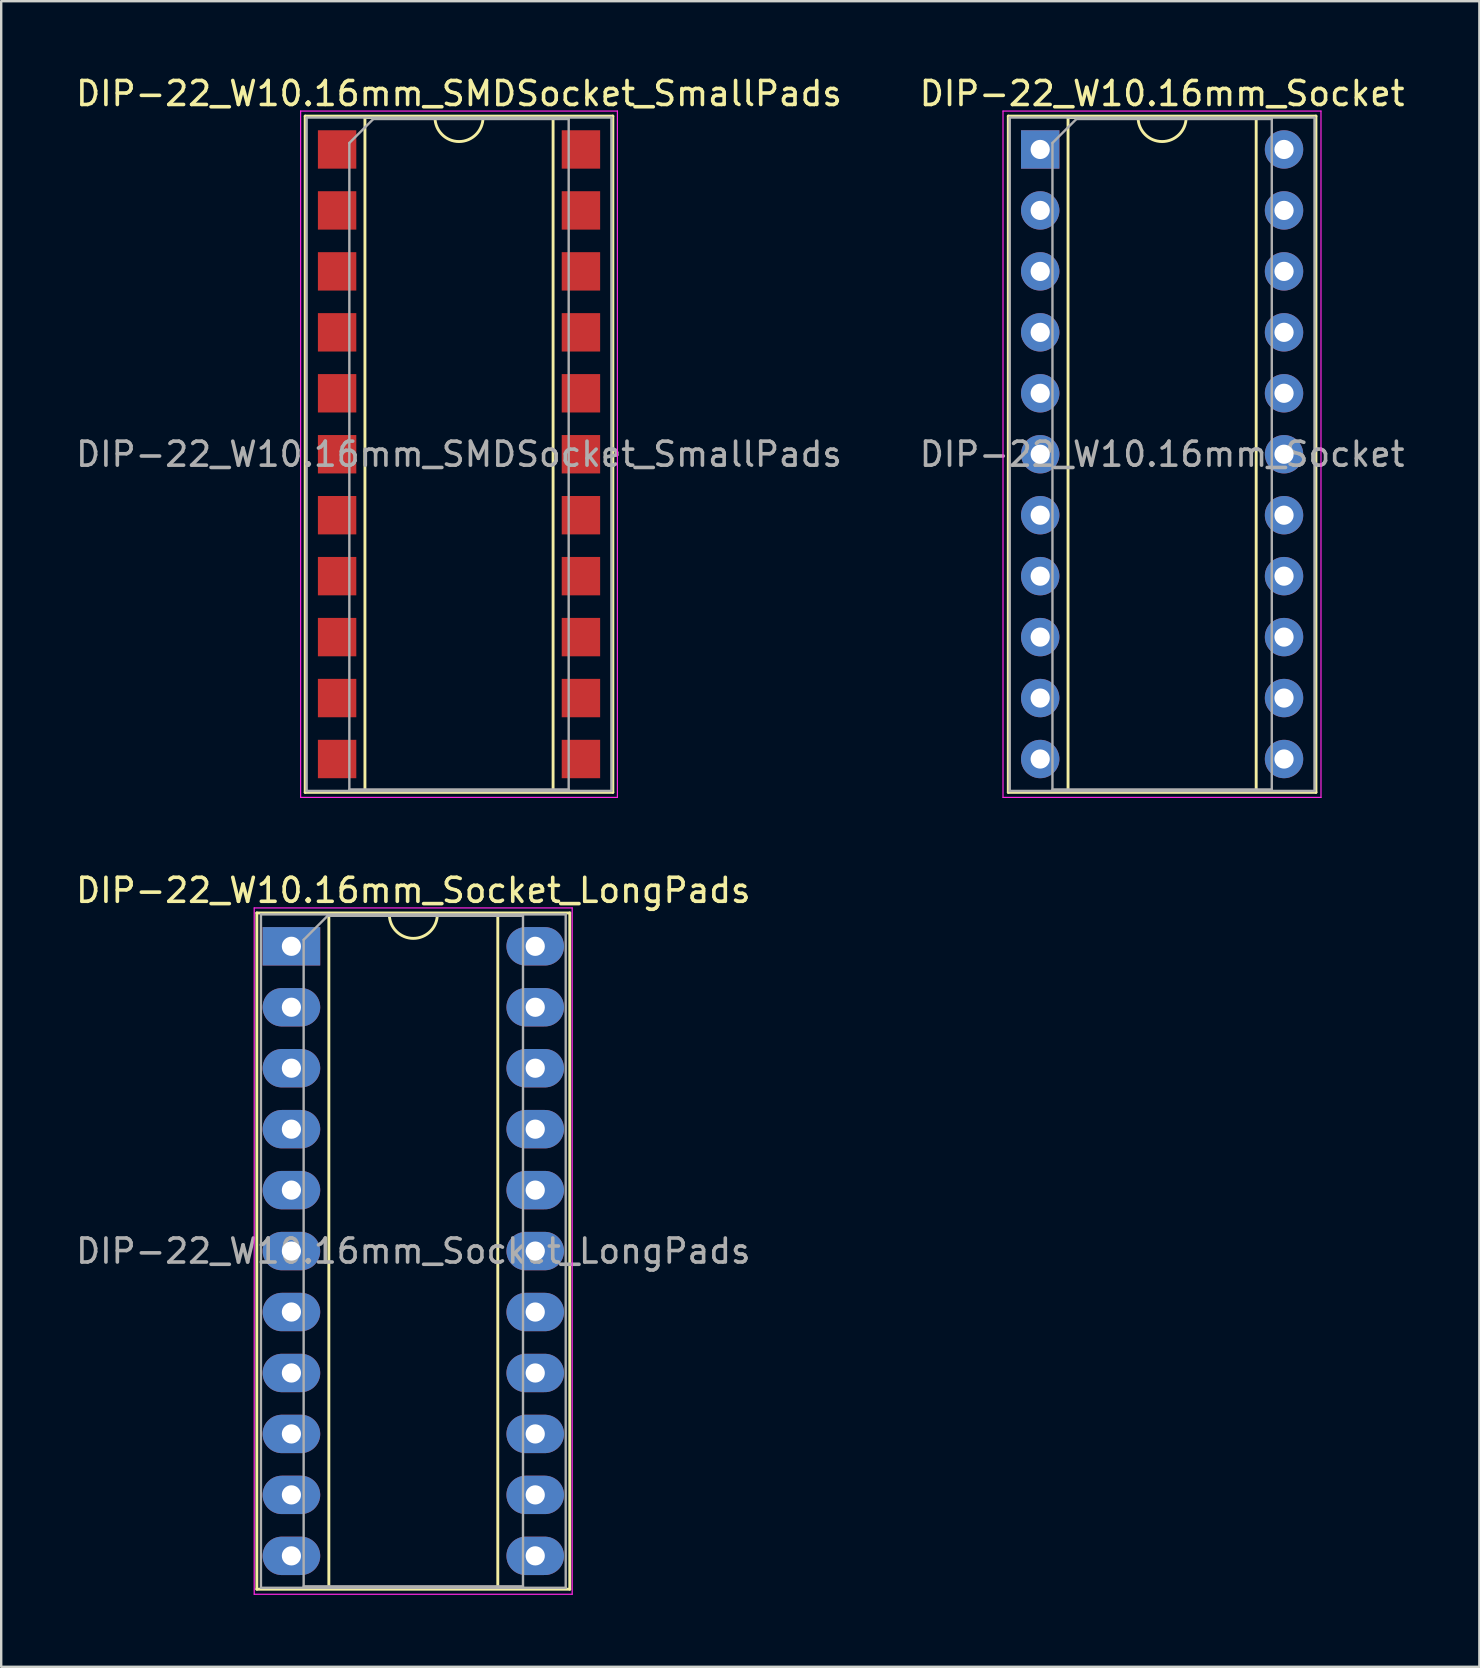
<source format=kicad_pcb>
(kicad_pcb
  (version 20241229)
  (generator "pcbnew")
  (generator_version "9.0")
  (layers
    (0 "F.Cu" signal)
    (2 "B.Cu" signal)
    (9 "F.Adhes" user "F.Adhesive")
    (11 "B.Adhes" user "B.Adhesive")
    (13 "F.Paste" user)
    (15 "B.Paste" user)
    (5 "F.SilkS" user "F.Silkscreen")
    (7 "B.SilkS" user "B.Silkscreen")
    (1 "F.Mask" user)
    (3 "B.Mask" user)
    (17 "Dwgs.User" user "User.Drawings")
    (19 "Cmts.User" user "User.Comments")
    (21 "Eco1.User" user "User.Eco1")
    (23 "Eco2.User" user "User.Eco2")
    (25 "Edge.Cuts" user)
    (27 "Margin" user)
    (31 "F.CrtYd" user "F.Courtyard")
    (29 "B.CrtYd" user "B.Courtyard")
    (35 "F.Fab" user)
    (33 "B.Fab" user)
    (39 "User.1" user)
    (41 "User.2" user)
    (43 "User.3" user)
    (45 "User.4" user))
  (footprint "DIP-22_W10.16mm_SMDSocket_SmallPads"
    (layer "F.Cu")
    (at 16.077 15.878)
    (property "Reference" "DIP-22_W10.16mm_SMDSocket_SmallPads" (at 0 -15.03 0) (layer "F.SilkS") (effects (font (size 1 1) (thickness 0.15))))
    (attr smd)
    (fp_line (start -6.41 -14.09) (end -6.41 14.09) (stroke (width 0.12) (type solid)) (layer "F.SilkS"))
    (fp_line (start -6.41 14.09) (end 6.41 14.09) (stroke (width 0.12) (type solid)) (layer "F.SilkS"))
    (fp_line (start -3.92 -14.03) (end -3.92 14.03) (stroke (width 0.12) (type solid)) (layer "F.SilkS"))
    (fp_line (start -3.92 14.03) (end 3.92 14.03) (stroke (width 0.12) (type solid)) (layer "F.SilkS"))
    (fp_line (start -1 -14.03) (end -3.92 -14.03) (stroke (width 0.12) (type solid)) (layer "F.SilkS"))
    (fp_line (start 3.92 -14.03) (end 1 -14.03) (stroke (width 0.12) (type solid)) (layer "F.SilkS"))
    (fp_line (start 3.92 14.03) (end 3.92 -14.03) (stroke (width 0.12) (type solid)) (layer "F.SilkS"))
    (fp_line (start 6.41 -14.09) (end -6.41 -14.09) (stroke (width 0.12) (type solid)) (layer "F.SilkS"))
    (fp_line (start 6.41 14.09) (end 6.41 -14.09) (stroke (width 0.12) (type solid)) (layer "F.SilkS"))
    (fp_arc (start 1 -14.03) (mid 0 -13.03) (end -1 -14.03) (stroke (width 0.12) (type solid)) (layer "F.SilkS"))
    (fp_line (start -6.6 -14.3) (end -6.6 14.3) (stroke (width 0.05) (type solid)) (layer "F.CrtYd"))
    (fp_line (start -6.6 14.3) (end 6.6 14.3) (stroke (width 0.05) (type solid)) (layer "F.CrtYd"))
    (fp_line (start 6.6 -14.3) (end -6.6 -14.3) (stroke (width 0.05) (type solid)) (layer "F.CrtYd"))
    (fp_line (start 6.6 14.3) (end 6.6 -14.3) (stroke (width 0.05) (type solid)) (layer "F.CrtYd"))
    (fp_line (start -6.35 -14.03) (end -6.35 14.03) (stroke (width 0.1) (type solid)) (layer "F.Fab"))
    (fp_line (start -6.35 14.03) (end 6.35 14.03) (stroke (width 0.1) (type solid)) (layer "F.Fab"))
    (fp_line (start -4.57 -12.97) (end -3.57 -13.97) (stroke (width 0.1) (type solid)) (layer "F.Fab"))
    (fp_line (start -4.57 13.97) (end -4.57 -12.97) (stroke (width 0.1) (type solid)) (layer "F.Fab"))
    (fp_line (start -3.57 -13.97) (end 4.57 -13.97) (stroke (width 0.1) (type solid)) (layer "F.Fab"))
    (fp_line (start 4.57 -13.97) (end 4.57 13.97) (stroke (width 0.1) (type solid)) (layer "F.Fab"))
    (fp_line (start 4.57 13.97) (end -4.57 13.97) (stroke (width 0.1) (type solid)) (layer "F.Fab"))
    (fp_line (start 6.35 -14.03) (end -6.35 -14.03) (stroke (width 0.1) (type solid)) (layer "F.Fab"))
    (fp_line (start 6.35 14.03) (end 6.35 -14.03) (stroke (width 0.1) (type solid)) (layer "F.Fab"))
    (fp_text user "${REFERENCE}" (at 0 0 0) (layer "F.Fab") (effects (font (size 1 1) (thickness 0.15))))
    (pad "1" smd rect (at -5.08 -12.7) (size 1.6 1.6) (layers "F.Cu" "F.Mask" "F.Paste"))
    (pad "2" smd rect (at -5.08 -10.16) (size 1.6 1.6) (layers "F.Cu" "F.Mask" "F.Paste"))
    (pad "3" smd rect (at -5.08 -7.62) (size 1.6 1.6) (layers "F.Cu" "F.Mask" "F.Paste"))
    (pad "4" smd rect (at -5.08 -5.08) (size 1.6 1.6) (layers "F.Cu" "F.Mask" "F.Paste"))
    (pad "5" smd rect (at -5.08 -2.54) (size 1.6 1.6) (layers "F.Cu" "F.Mask" "F.Paste"))
    (pad "6" smd rect (at -5.08 0) (size 1.6 1.6) (layers "F.Cu" "F.Mask" "F.Paste"))
    (pad "7" smd rect (at -5.08 2.54) (size 1.6 1.6) (layers "F.Cu" "F.Mask" "F.Paste"))
    (pad "8" smd rect (at -5.08 5.08) (size 1.6 1.6) (layers "F.Cu" "F.Mask" "F.Paste"))
    (pad "9" smd rect (at -5.08 7.62) (size 1.6 1.6) (layers "F.Cu" "F.Mask" "F.Paste"))
    (pad "10" smd rect (at -5.08 10.16) (size 1.6 1.6) (layers "F.Cu" "F.Mask" "F.Paste"))
    (pad "11" smd rect (at -5.08 12.7) (size 1.6 1.6) (layers "F.Cu" "F.Mask" "F.Paste"))
    (pad "12" smd rect (at 5.08 12.7) (size 1.6 1.6) (layers "F.Cu" "F.Mask" "F.Paste"))
    (pad "13" smd rect (at 5.08 10.16) (size 1.6 1.6) (layers "F.Cu" "F.Mask" "F.Paste"))
    (pad "14" smd rect (at 5.08 7.62) (size 1.6 1.6) (layers "F.Cu" "F.Mask" "F.Paste"))
    (pad "15" smd rect (at 5.08 5.08) (size 1.6 1.6) (layers "F.Cu" "F.Mask" "F.Paste"))
    (pad "16" smd rect (at 5.08 2.54) (size 1.6 1.6) (layers "F.Cu" "F.Mask" "F.Paste"))
    (pad "17" smd rect (at 5.08 0) (size 1.6 1.6) (layers "F.Cu" "F.Mask" "F.Paste"))
    (pad "18" smd rect (at 5.08 -2.54) (size 1.6 1.6) (layers "F.Cu" "F.Mask" "F.Paste"))
    (pad "19" smd rect (at 5.08 -5.08) (size 1.6 1.6) (layers "F.Cu" "F.Mask" "F.Paste"))
    (pad "20" smd rect (at 5.08 -7.62) (size 1.6 1.6) (layers "F.Cu" "F.Mask" "F.Paste"))
    (pad "21" smd rect (at 5.08 -10.16) (size 1.6 1.6) (layers "F.Cu" "F.Mask" "F.Paste"))
    (pad "22" smd rect (at 5.08 -12.7) (size 1.6 1.6) (layers "F.Cu" "F.Mask" "F.Paste")))
  (footprint "DIP-22_W10.16mm_Socket"
    (layer "F.Cu")
    (at 40.295 3.178)
    (property "Reference" "DIP-22_W10.16mm_Socket" (at 5.08 -2.33 0) (layer "F.SilkS") (effects (font (size 1 1) (thickness 0.15))))
    (attr through_hole)
    (fp_line (start -1.33 -1.39) (end -1.33 26.79) (stroke (width 0.12) (type solid)) (layer "F.SilkS"))
    (fp_line (start -1.33 26.79) (end 11.49 26.79) (stroke (width 0.12) (type solid)) (layer "F.SilkS"))
    (fp_line (start 1.16 -1.33) (end 1.16 26.73) (stroke (width 0.12) (type solid)) (layer "F.SilkS"))
    (fp_line (start 1.16 26.73) (end 9 26.73) (stroke (width 0.12) (type solid)) (layer "F.SilkS"))
    (fp_line (start 4.08 -1.33) (end 1.16 -1.33) (stroke (width 0.12) (type solid)) (layer "F.SilkS"))
    (fp_line (start 9 -1.33) (end 6.08 -1.33) (stroke (width 0.12) (type solid)) (layer "F.SilkS"))
    (fp_line (start 9 26.73) (end 9 -1.33) (stroke (width 0.12) (type solid)) (layer "F.SilkS"))
    (fp_line (start 11.49 -1.39) (end -1.33 -1.39) (stroke (width 0.12) (type solid)) (layer "F.SilkS"))
    (fp_line (start 11.49 26.79) (end 11.49 -1.39) (stroke (width 0.12) (type solid)) (layer "F.SilkS"))
    (fp_arc (start 6.08 -1.33) (mid 5.08 -0.33) (end 4.08 -1.33) (stroke (width 0.12) (type solid)) (layer "F.SilkS"))
    (fp_line (start -1.55 -1.6) (end -1.55 27) (stroke (width 0.05) (type solid)) (layer "F.CrtYd"))
    (fp_line (start -1.55 27) (end 11.7 27) (stroke (width 0.05) (type solid)) (layer "F.CrtYd"))
    (fp_line (start 11.7 -1.6) (end -1.55 -1.6) (stroke (width 0.05) (type solid)) (layer "F.CrtYd"))
    (fp_line (start 11.7 27) (end 11.7 -1.6) (stroke (width 0.05) (type solid)) (layer "F.CrtYd"))
    (fp_line (start -1.27 -1.33) (end -1.27 26.73) (stroke (width 0.1) (type solid)) (layer "F.Fab"))
    (fp_line (start -1.27 26.73) (end 11.43 26.73) (stroke (width 0.1) (type solid)) (layer "F.Fab"))
    (fp_line (start 0.51 -0.27) (end 1.51 -1.27) (stroke (width 0.1) (type solid)) (layer "F.Fab"))
    (fp_line (start 0.51 26.67) (end 0.51 -0.27) (stroke (width 0.1) (type solid)) (layer "F.Fab"))
    (fp_line (start 1.51 -1.27) (end 9.65 -1.27) (stroke (width 0.1) (type solid)) (layer "F.Fab"))
    (fp_line (start 9.65 -1.27) (end 9.65 26.67) (stroke (width 0.1) (type solid)) (layer "F.Fab"))
    (fp_line (start 9.65 26.67) (end 0.51 26.67) (stroke (width 0.1) (type solid)) (layer "F.Fab"))
    (fp_line (start 11.43 -1.33) (end -1.27 -1.33) (stroke (width 0.1) (type solid)) (layer "F.Fab"))
    (fp_line (start 11.43 26.73) (end 11.43 -1.33) (stroke (width 0.1) (type solid)) (layer "F.Fab"))
    (fp_text user "${REFERENCE}" (at 5.08 12.7 0) (layer "F.Fab") (effects (font (size 1 1) (thickness 0.15))))
    (pad "1" thru_hole rect (at 0 0) (size 1.6 1.6) (drill 0.8) (layers "*.Cu" "*.Mask"))
    (pad "2" thru_hole oval (at 0 2.54) (size 1.6 1.6) (drill 0.8) (layers "*.Cu" "*.Mask"))
    (pad "3" thru_hole oval (at 0 5.08) (size 1.6 1.6) (drill 0.8) (layers "*.Cu" "*.Mask"))
    (pad "4" thru_hole oval (at 0 7.62) (size 1.6 1.6) (drill 0.8) (layers "*.Cu" "*.Mask"))
    (pad "5" thru_hole oval (at 0 10.16) (size 1.6 1.6) (drill 0.8) (layers "*.Cu" "*.Mask"))
    (pad "6" thru_hole oval (at 0 12.7) (size 1.6 1.6) (drill 0.8) (layers "*.Cu" "*.Mask"))
    (pad "7" thru_hole oval (at 0 15.24) (size 1.6 1.6) (drill 0.8) (layers "*.Cu" "*.Mask"))
    (pad "8" thru_hole oval (at 0 17.78) (size 1.6 1.6) (drill 0.8) (layers "*.Cu" "*.Mask"))
    (pad "9" thru_hole oval (at 0 20.32) (size 1.6 1.6) (drill 0.8) (layers "*.Cu" "*.Mask"))
    (pad "10" thru_hole oval (at 0 22.86) (size 1.6 1.6) (drill 0.8) (layers "*.Cu" "*.Mask"))
    (pad "11" thru_hole oval (at 0 25.4) (size 1.6 1.6) (drill 0.8) (layers "*.Cu" "*.Mask"))
    (pad "12" thru_hole oval (at 10.16 25.4) (size 1.6 1.6) (drill 0.8) (layers "*.Cu" "*.Mask"))
    (pad "13" thru_hole oval (at 10.16 22.86) (size 1.6 1.6) (drill 0.8) (layers "*.Cu" "*.Mask"))
    (pad "14" thru_hole oval (at 10.16 20.32) (size 1.6 1.6) (drill 0.8) (layers "*.Cu" "*.Mask"))
    (pad "15" thru_hole oval (at 10.16 17.78) (size 1.6 1.6) (drill 0.8) (layers "*.Cu" "*.Mask"))
    (pad "16" thru_hole oval (at 10.16 15.24) (size 1.6 1.6) (drill 0.8) (layers "*.Cu" "*.Mask"))
    (pad "17" thru_hole oval (at 10.16 12.7) (size 1.6 1.6) (drill 0.8) (layers "*.Cu" "*.Mask"))
    (pad "18" thru_hole oval (at 10.16 10.16) (size 1.6 1.6) (drill 0.8) (layers "*.Cu" "*.Mask"))
    (pad "19" thru_hole oval (at 10.16 7.62) (size 1.6 1.6) (drill 0.8) (layers "*.Cu" "*.Mask"))
    (pad "20" thru_hole oval (at 10.16 5.08) (size 1.6 1.6) (drill 0.8) (layers "*.Cu" "*.Mask"))
    (pad "21" thru_hole oval (at 10.16 2.54) (size 1.6 1.6) (drill 0.8) (layers "*.Cu" "*.Mask"))
    (pad "22" thru_hole oval (at 10.16 0) (size 1.6 1.6) (drill 0.8) (layers "*.Cu" "*.Mask")))
  (footprint "DIP-22_W10.16mm_Socket_LongPads"
    (layer "F.Cu")
    (at 9.093 36.382)
    (property "Reference" "DIP-22_W10.16mm_Socket_LongPads" (at 5.08 -2.33 0) (layer "F.SilkS") (effects (font (size 1 1) (thickness 0.15))))
    (attr through_hole)
    (fp_line (start -1.44 -1.39) (end -1.44 26.79) (stroke (width 0.12) (type solid)) (layer "F.SilkS"))
    (fp_line (start -1.44 26.79) (end 11.6 26.79) (stroke (width 0.12) (type solid)) (layer "F.SilkS"))
    (fp_line (start 1.56 -1.33) (end 1.56 26.73) (stroke (width 0.12) (type solid)) (layer "F.SilkS"))
    (fp_line (start 1.56 26.73) (end 8.6 26.73) (stroke (width 0.12) (type solid)) (layer "F.SilkS"))
    (fp_line (start 4.08 -1.33) (end 1.56 -1.33) (stroke (width 0.12) (type solid)) (layer "F.SilkS"))
    (fp_line (start 8.6 -1.33) (end 6.08 -1.33) (stroke (width 0.12) (type solid)) (layer "F.SilkS"))
    (fp_line (start 8.6 26.73) (end 8.6 -1.33) (stroke (width 0.12) (type solid)) (layer "F.SilkS"))
    (fp_line (start 11.6 -1.39) (end -1.44 -1.39) (stroke (width 0.12) (type solid)) (layer "F.SilkS"))
    (fp_line (start 11.6 26.79) (end 11.6 -1.39) (stroke (width 0.12) (type solid)) (layer "F.SilkS"))
    (fp_arc (start 6.08 -1.33) (mid 5.08 -0.33) (end 4.08 -1.33) (stroke (width 0.12) (type solid)) (layer "F.SilkS"))
    (fp_line (start -1.55 -1.6) (end -1.55 27) (stroke (width 0.05) (type solid)) (layer "F.CrtYd"))
    (fp_line (start -1.55 27) (end 11.7 27) (stroke (width 0.05) (type solid)) (layer "F.CrtYd"))
    (fp_line (start 11.7 -1.6) (end -1.55 -1.6) (stroke (width 0.05) (type solid)) (layer "F.CrtYd"))
    (fp_line (start 11.7 27) (end 11.7 -1.6) (stroke (width 0.05) (type solid)) (layer "F.CrtYd"))
    (fp_line (start -1.27 -1.33) (end -1.27 26.73) (stroke (width 0.1) (type solid)) (layer "F.Fab"))
    (fp_line (start -1.27 26.73) (end 11.43 26.73) (stroke (width 0.1) (type solid)) (layer "F.Fab"))
    (fp_line (start 0.51 -0.27) (end 1.51 -1.27) (stroke (width 0.1) (type solid)) (layer "F.Fab"))
    (fp_line (start 0.51 26.67) (end 0.51 -0.27) (stroke (width 0.1) (type solid)) (layer "F.Fab"))
    (fp_line (start 1.51 -1.27) (end 9.65 -1.27) (stroke (width 0.1) (type solid)) (layer "F.Fab"))
    (fp_line (start 9.65 -1.27) (end 9.65 26.67) (stroke (width 0.1) (type solid)) (layer "F.Fab"))
    (fp_line (start 9.65 26.67) (end 0.51 26.67) (stroke (width 0.1) (type solid)) (layer "F.Fab"))
    (fp_line (start 11.43 -1.33) (end -1.27 -1.33) (stroke (width 0.1) (type solid)) (layer "F.Fab"))
    (fp_line (start 11.43 26.73) (end 11.43 -1.33) (stroke (width 0.1) (type solid)) (layer "F.Fab"))
    (fp_text user "${REFERENCE}" (at 5.08 12.7 0) (layer "F.Fab") (effects (font (size 1 1) (thickness 0.15))))
    (pad "1" thru_hole rect (at 0 0) (size 2.4 1.6) (drill 0.8) (layers "*.Cu" "*.Mask"))
    (pad "2" thru_hole oval (at 0 2.54) (size 2.4 1.6) (drill 0.8) (layers "*.Cu" "*.Mask"))
    (pad "3" thru_hole oval (at 0 5.08) (size 2.4 1.6) (drill 0.8) (layers "*.Cu" "*.Mask"))
    (pad "4" thru_hole oval (at 0 7.62) (size 2.4 1.6) (drill 0.8) (layers "*.Cu" "*.Mask"))
    (pad "5" thru_hole oval (at 0 10.16) (size 2.4 1.6) (drill 0.8) (layers "*.Cu" "*.Mask"))
    (pad "6" thru_hole oval (at 0 12.7) (size 2.4 1.6) (drill 0.8) (layers "*.Cu" "*.Mask"))
    (pad "7" thru_hole oval (at 0 15.24) (size 2.4 1.6) (drill 0.8) (layers "*.Cu" "*.Mask"))
    (pad "8" thru_hole oval (at 0 17.78) (size 2.4 1.6) (drill 0.8) (layers "*.Cu" "*.Mask"))
    (pad "9" thru_hole oval (at 0 20.32) (size 2.4 1.6) (drill 0.8) (layers "*.Cu" "*.Mask"))
    (pad "10" thru_hole oval (at 0 22.86) (size 2.4 1.6) (drill 0.8) (layers "*.Cu" "*.Mask"))
    (pad "11" thru_hole oval (at 0 25.4) (size 2.4 1.6) (drill 0.8) (layers "*.Cu" "*.Mask"))
    (pad "12" thru_hole oval (at 10.16 25.4) (size 2.4 1.6) (drill 0.8) (layers "*.Cu" "*.Mask"))
    (pad "13" thru_hole oval (at 10.16 22.86) (size 2.4 1.6) (drill 0.8) (layers "*.Cu" "*.Mask"))
    (pad "14" thru_hole oval (at 10.16 20.32) (size 2.4 1.6) (drill 0.8) (layers "*.Cu" "*.Mask"))
    (pad "15" thru_hole oval (at 10.16 17.78) (size 2.4 1.6) (drill 0.8) (layers "*.Cu" "*.Mask"))
    (pad "16" thru_hole oval (at 10.16 15.24) (size 2.4 1.6) (drill 0.8) (layers "*.Cu" "*.Mask"))
    (pad "17" thru_hole oval (at 10.16 12.7) (size 2.4 1.6) (drill 0.8) (layers "*.Cu" "*.Mask"))
    (pad "18" thru_hole oval (at 10.16 10.16) (size 2.4 1.6) (drill 0.8) (layers "*.Cu" "*.Mask"))
    (pad "19" thru_hole oval (at 10.16 7.62) (size 2.4 1.6) (drill 0.8) (layers "*.Cu" "*.Mask"))
    (pad "20" thru_hole oval (at 10.16 5.08) (size 2.4 1.6) (drill 0.8) (layers "*.Cu" "*.Mask"))
    (pad "21" thru_hole oval (at 10.16 2.54) (size 2.4 1.6) (drill 0.8) (layers "*.Cu" "*.Mask"))
    (pad "22" thru_hole oval (at 10.16 0) (size 2.4 1.6) (drill 0.8) (layers "*.Cu" "*.Mask")))
  (gr_rect
    (start -3 -3)
    (end 58.595 66.406)
    (stroke (width 0.1) (type default))
    (fill no)
    (layer "Edge.Cuts")))
</source>
